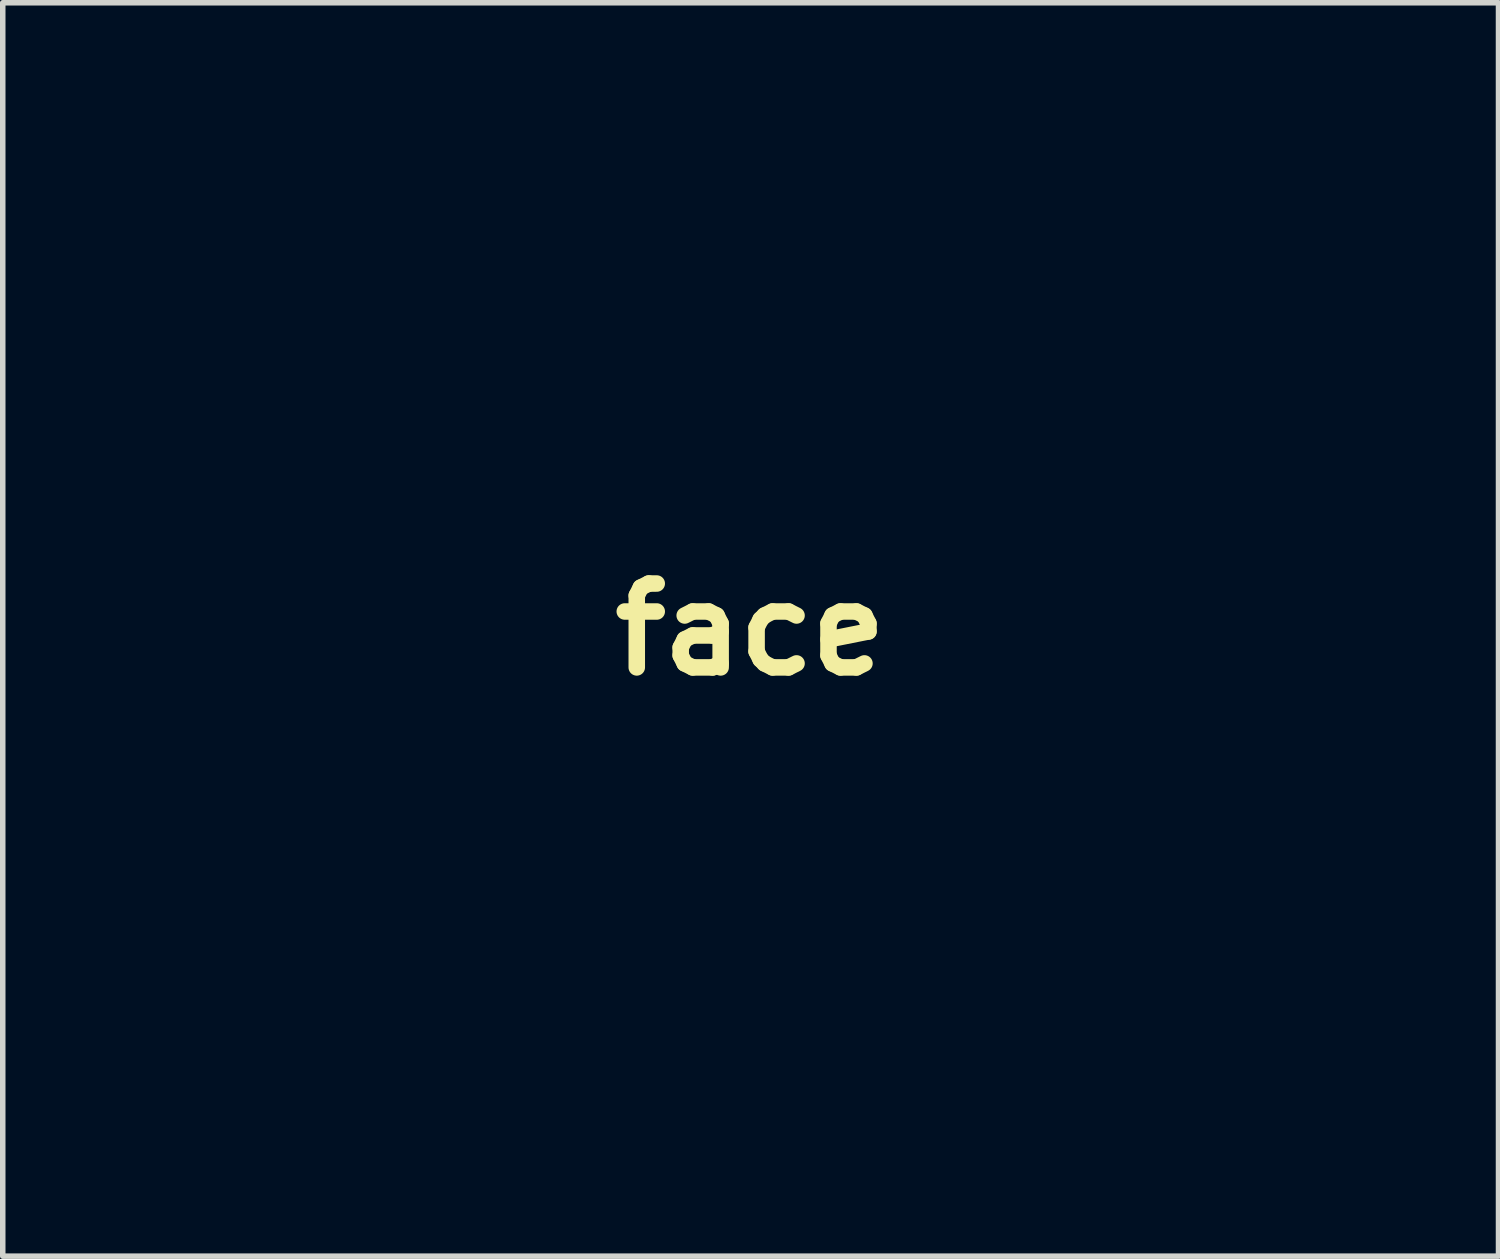
<source format=kicad_pcb>
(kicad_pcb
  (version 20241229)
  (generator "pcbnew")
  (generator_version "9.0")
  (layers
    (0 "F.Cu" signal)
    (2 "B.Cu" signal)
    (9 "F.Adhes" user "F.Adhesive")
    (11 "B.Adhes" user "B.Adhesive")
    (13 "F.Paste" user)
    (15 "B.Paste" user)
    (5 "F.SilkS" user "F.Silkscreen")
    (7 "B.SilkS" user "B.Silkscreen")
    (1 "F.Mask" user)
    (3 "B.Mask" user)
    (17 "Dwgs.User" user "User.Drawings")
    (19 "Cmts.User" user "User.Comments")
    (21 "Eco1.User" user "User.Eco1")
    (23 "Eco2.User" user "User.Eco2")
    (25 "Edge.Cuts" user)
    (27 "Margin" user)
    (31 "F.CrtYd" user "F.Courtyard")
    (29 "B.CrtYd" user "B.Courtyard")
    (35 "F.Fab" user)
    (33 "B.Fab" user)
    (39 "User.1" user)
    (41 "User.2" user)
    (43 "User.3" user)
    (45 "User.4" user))
  (footprint "face"
    (layer "F.Cu")
    (at 10.588 8.387)
    (property "Reference" "face" (at 0 0 0) (layer "F.SilkS") (effects (font (size 1.524 1.524) (thickness 0.3))))
    (attr through_hole)
    (fp_poly (pts (xy -9.229 4.36) (xy -9.271 4.403) (xy -9.313 4.36) (xy -9.271 4.318) (xy -9.229 4.36)) (stroke (width 0.01) (type solid)) (fill yes) (layer "F.Mask"))
    (fp_poly (pts (xy -8.467 4.36) (xy -8.509 4.403) (xy -8.551 4.36) (xy -8.509 4.318) (xy -8.467 4.36)) (stroke (width 0.01) (type solid)) (fill yes) (layer "F.Mask"))
    (fp_poly (pts (xy -8.382 4.191) (xy -8.424 4.233) (xy -8.467 4.191) (xy -8.424 4.149) (xy -8.382 4.191)) (stroke (width 0.01) (type solid)) (fill yes) (layer "F.Mask"))
    (fp_poly (pts (xy -7.281 4.36) (xy -7.324 4.403) (xy -7.366 4.36) (xy -7.324 4.318) (xy -7.281 4.36)) (stroke (width 0.01) (type solid)) (fill yes) (layer "F.Mask"))
    (fp_poly (pts (xy -7.112 2.582) (xy -7.154 2.625) (xy -7.197 2.582) (xy -7.154 2.54) (xy -7.112 2.582)) (stroke (width 0.01) (type solid)) (fill yes) (layer "F.Mask"))
    (fp_poly (pts (xy -5.757 -0.042) (xy -5.8 0) (xy -5.842 -0.042) (xy -5.8 -0.085) (xy -5.757 -0.042)) (stroke (width 0.01) (type solid)) (fill yes) (layer "F.Mask"))
    (fp_poly (pts (xy -4.741 3.006) (xy -4.784 3.048) (xy -4.826 3.006) (xy -4.784 2.963) (xy -4.741 3.006)) (stroke (width 0.01) (type solid)) (fill yes) (layer "F.Mask"))
    (fp_poly (pts (xy -3.556 -2.752) (xy -3.598 -2.709) (xy -3.641 -2.752) (xy -3.598 -2.794) (xy -3.556 -2.752)) (stroke (width 0.01) (type solid)) (fill yes) (layer "F.Mask"))
    (fp_poly (pts (xy -3.471 -2.328) (xy -3.514 -2.286) (xy -3.556 -2.328) (xy -3.514 -2.371) (xy -3.471 -2.328)) (stroke (width 0.01) (type solid)) (fill yes) (layer "F.Mask"))
    (fp_poly (pts (xy -3.133 -0.55) (xy -3.175 -0.508) (xy -3.217 -0.55) (xy -3.175 -0.593) (xy -3.133 -0.55)) (stroke (width 0.01) (type solid)) (fill yes) (layer "F.Mask"))
    (fp_poly (pts (xy -2.794 -4.699) (xy -2.836 -4.657) (xy -2.879 -4.699) (xy -2.836 -4.741) (xy -2.794 -4.699)) (stroke (width 0.01) (type solid)) (fill yes) (layer "F.Mask"))
    (fp_poly (pts (xy -2.371 -4.784) (xy -2.413 -4.741) (xy -2.455 -4.784) (xy -2.413 -4.826) (xy -2.371 -4.784)) (stroke (width 0.01) (type solid)) (fill yes) (layer "F.Mask"))
    (fp_poly (pts (xy -1.947 6.223) (xy -1.99 6.265) (xy -2.032 6.223) (xy -1.99 6.181) (xy -1.947 6.223)) (stroke (width 0.01) (type solid)) (fill yes) (layer "F.Mask"))
    (fp_poly (pts (xy -1.863 -4.953) (xy -1.905 -4.911) (xy -1.947 -4.953) (xy -1.905 -4.995) (xy -1.863 -4.953)) (stroke (width 0.01) (type solid)) (fill yes) (layer "F.Mask"))
    (fp_poly (pts (xy -1.863 6.054) (xy -1.905 6.096) (xy -1.947 6.054) (xy -1.905 6.011) (xy -1.863 6.054)) (stroke (width 0.01) (type solid)) (fill yes) (layer "F.Mask"))
    (fp_poly (pts (xy -0.593 -6.308) (xy -0.635 -6.265) (xy -0.677 -6.308) (xy -0.635 -6.35) (xy -0.593 -6.308)) (stroke (width 0.01) (type solid)) (fill yes) (layer "F.Mask"))
    (fp_poly (pts (xy -0.339 -6.816) (xy -0.381 -6.773) (xy -0.423 -6.816) (xy -0.381 -6.858) (xy -0.339 -6.816)) (stroke (width 0.01) (type solid)) (fill yes) (layer "F.Mask"))
    (fp_poly (pts (xy 0.423 7.493) (xy 0.381 7.535) (xy 0.339 7.493) (xy 0.381 7.451) (xy 0.423 7.493)) (stroke (width 0.01) (type solid)) (fill yes) (layer "F.Mask"))
    (fp_poly (pts (xy 0.762 -6.477) (xy 0.72 -6.435) (xy 0.677 -6.477) (xy 0.72 -6.519) (xy 0.762 -6.477)) (stroke (width 0.01) (type solid)) (fill yes) (layer "F.Mask"))
    (fp_poly (pts (xy 1.016 6.477) (xy 0.974 6.519) (xy 0.931 6.477) (xy 0.974 6.435) (xy 1.016 6.477)) (stroke (width 0.01) (type solid)) (fill yes) (layer "F.Mask"))
    (fp_poly (pts (xy 4.657 2.667) (xy 4.614 2.709) (xy 4.572 2.667) (xy 4.614 2.625) (xy 4.657 2.667)) (stroke (width 0.01) (type solid)) (fill yes) (layer "F.Mask"))
    (fp_poly (pts (xy 5.419 -4.953) (xy 5.376 -4.911) (xy 5.334 -4.953) (xy 5.376 -4.995) (xy 5.419 -4.953)) (stroke (width 0.01) (type solid)) (fill yes) (layer "F.Mask"))
    (fp_poly (pts (xy 5.673 -5.122) (xy 5.63 -5.08) (xy 5.588 -5.122) (xy 5.63 -5.165) (xy 5.673 -5.122)) (stroke (width 0.01) (type solid)) (fill yes) (layer "F.Mask"))
    (fp_poly (pts (xy 5.927 4.868) (xy 5.884 4.911) (xy 5.842 4.868) (xy 5.884 4.826) (xy 5.927 4.868)) (stroke (width 0.01) (type solid)) (fill yes) (layer "F.Mask"))
    (fp_poly (pts (xy 7.451 -0.212) (xy 7.408 -0.169) (xy 7.366 -0.212) (xy 7.408 -0.254) (xy 7.451 -0.212)) (stroke (width 0.01) (type solid)) (fill yes) (layer "F.Mask"))
    (fp_poly (pts (xy 7.62 0.042) (xy 7.578 0.085) (xy 7.535 0.042) (xy 7.578 0) (xy 7.62 0.042)) (stroke (width 0.01) (type solid)) (fill yes) (layer "F.Mask"))
    (fp_poly (pts (xy -3.923 -1.242) (xy -3.913 -1.141) (xy -3.923 -1.129) (xy -3.973 -1.141) (xy -3.979 -1.185) (xy -3.948 -1.255) (xy -3.923 -1.242)) (stroke (width 0.01) (type solid)) (fill yes) (layer "F.Mask"))
    (fp_poly (pts (xy -2.568 -4.628) (xy -2.58 -4.578) (xy -2.625 -4.572) (xy -2.694 -4.603) (xy -2.681 -4.628) (xy -2.581 -4.639) (xy -2.568 -4.628)) (stroke (width 0.01) (type solid)) (fill yes) (layer "F.Mask"))
    (fp_poly (pts (xy -1.129 -5.56) (xy -1.141 -5.509) (xy -1.185 -5.503) (xy -1.255 -5.534) (xy -1.242 -5.56) (xy -1.141 -5.57) (xy -1.129 -5.56)) (stroke (width 0.01) (type solid)) (fill yes) (layer "F.Mask"))
    (fp_poly (pts (xy -0.536 -5.898) (xy -0.548 -5.848) (xy -0.593 -5.842) (xy -0.662 -5.873) (xy -0.649 -5.898) (xy -0.549 -5.909) (xy -0.536 -5.898)) (stroke (width 0.01) (type solid)) (fill yes) (layer "F.Mask"))
    (fp_poly (pts (xy 0.056 -7.084) (xy 0.045 -7.033) (xy 0 -7.027) (xy -0.07 -7.058) (xy -0.056 -7.084) (xy 0.044 -7.094) (xy 0.056 -7.084)) (stroke (width 0.01) (type solid)) (fill yes) (layer "F.Mask"))
    (fp_poly (pts (xy 0.395 6.971) (xy 0.405 7.071) (xy 0.395 7.084) (xy 0.345 7.072) (xy 0.339 7.027) (xy 0.37 6.958) (xy 0.395 6.971)) (stroke (width 0.01) (type solid)) (fill yes) (layer "F.Mask"))
    (fp_poly (pts (xy 0.649 -7.422) (xy 0.637 -7.372) (xy 0.593 -7.366) (xy 0.523 -7.397) (xy 0.536 -7.422) (xy 0.637 -7.433) (xy 0.649 -7.422)) (stroke (width 0.01) (type solid)) (fill yes) (layer "F.Mask"))
    (fp_poly (pts (xy 1.072 6.886) (xy 1.083 6.987) (xy 1.072 6.999) (xy 1.022 6.987) (xy 1.016 6.943) (xy 1.047 6.873) (xy 1.072 6.886)) (stroke (width 0.01) (type solid)) (fill yes) (layer "F.Mask"))
    (fp_poly (pts (xy 2.681 -0.953) (xy 2.692 -0.779) (xy 2.681 -0.741) (xy 2.65 -0.73) (xy 2.638 -0.847) (xy 2.651 -0.967) (xy 2.681 -0.953)) (stroke (width 0.01) (type solid)) (fill yes) (layer "F.Mask"))
    (fp_poly (pts (xy 3.951 -5.644) (xy 3.939 -5.594) (xy 3.895 -5.588) (xy 3.825 -5.619) (xy 3.838 -5.644) (xy 3.939 -5.655) (xy 3.951 -5.644)) (stroke (width 0.01) (type solid)) (fill yes) (layer "F.Mask"))
    (fp_poly (pts (xy 5.644 3.415) (xy 5.633 3.465) (xy 5.588 3.471) (xy 5.518 3.44) (xy 5.532 3.415) (xy 5.632 3.405) (xy 5.644 3.415)) (stroke (width 0.01) (type solid)) (fill yes) (layer "F.Mask"))
    (fp_poly (pts (xy 6.66 0.452) (xy 6.649 0.502) (xy 6.604 0.508) (xy 6.534 0.477) (xy 6.548 0.452) (xy 6.648 0.441) (xy 6.66 0.452)) (stroke (width 0.01) (type solid)) (fill yes) (layer "F.Mask"))
    (fp_poly (pts (xy 8.608 3.076) (xy 8.596 3.127) (xy 8.551 3.133) (xy 8.482 3.102) (xy 8.495 3.076) (xy 8.595 3.066) (xy 8.608 3.076)) (stroke (width 0.01) (type solid)) (fill yes) (layer "F.Mask"))
    (fp_poly (pts (xy 9.116 5.024) (xy 9.104 5.074) (xy 9.059 5.08) (xy 8.99 5.049) (xy 9.003 5.024) (xy 9.103 5.013) (xy 9.116 5.024)) (stroke (width 0.01) (type solid)) (fill yes) (layer "F.Mask"))
    (fp_poly (pts (xy -3.003 -4.979) (xy -3.029 -4.916) (xy -3.108 -4.874) (xy -3.207 -4.848) (xy -3.166 -4.91) (xy -3.155 -4.921) (xy -3.044 -4.988) (xy -3.003 -4.979)) (stroke (width 0.01) (type solid)) (fill yes) (layer "F.Mask"))
    (fp_poly (pts (xy -2.976 -0.897) (xy -2.886 -0.812) (xy -2.904 -0.763) (xy -2.916 -0.762) (xy -2.988 -0.822) (xy -3.014 -0.86) (xy -3.024 -0.918) (xy -2.976 -0.897)) (stroke (width 0.01) (type solid)) (fill yes) (layer "F.Mask"))
    (fp_poly (pts (xy 2.434 1.573) (xy 2.436 1.625) (xy 2.352 1.736) (xy 2.25 1.751) (xy 2.201 1.658) (xy 2.27 1.541) (xy 2.335 1.524) (xy 2.434 1.573)) (stroke (width 0.01) (type solid)) (fill yes) (layer "F.Mask"))
    (fp_poly (pts (xy -1.954 -5.796) (xy -1.947 -5.767) (xy -2.009 -5.648) (xy -2.032 -5.63) (xy -2.11 -5.634) (xy -2.117 -5.663) (xy -2.055 -5.782) (xy -2.032 -5.8) (xy -1.954 -5.796)) (stroke (width 0.01) (type solid)) (fill yes) (layer "F.Mask"))
    (fp_poly (pts (xy 1.015 5.315) (xy 1.016 5.334) (xy 0.951 5.415) (xy 0.926 5.419) (xy 0.876 5.367) (xy 0.889 5.334) (xy 0.965 5.253) (xy 0.979 5.249) (xy 1.015 5.315)) (stroke (width 0.01) (type solid)) (fill yes) (layer "F.Mask"))
    (fp_poly (pts (xy 1.185 -6.118) (xy 1.185 -6.112) (xy 1.117 -6.014) (xy 1.051 -5.978) (xy 0.952 -5.976) (xy 0.951 -6.027) (xy 1.028 -6.129) (xy 1.13 -6.168) (xy 1.185 -6.118)) (stroke (width 0.01) (type solid)) (fill yes) (layer "F.Mask"))
    (fp_poly (pts (xy 1.215 -6.491) (xy 1.27 -6.435) (xy 1.199 -6.365) (xy 1.106 -6.35) (xy 0.944 -6.389) (xy 0.889 -6.435) (xy 0.919 -6.497) (xy 1.053 -6.519) (xy 1.215 -6.491)) (stroke (width 0.01) (type solid)) (fill yes) (layer "F.Mask"))
    (fp_poly (pts (xy 2.538 0.318) (xy 2.54 0.339) (xy 2.476 0.421) (xy 2.455 0.423) (xy 2.373 0.359) (xy 2.371 0.339) (xy 2.435 0.256) (xy 2.455 0.254) (xy 2.538 0.318)) (stroke (width 0.01) (type solid)) (fill yes) (layer "F.Mask"))
    (fp_poly (pts (xy 3.637 -6.881) (xy 3.641 -6.858) (xy 3.612 -6.776) (xy 3.603 -6.773) (xy 3.531 -6.833) (xy 3.514 -6.858) (xy 3.52 -6.936) (xy 3.551 -6.943) (xy 3.637 -6.881)) (stroke (width 0.01) (type solid)) (fill yes) (layer "F.Mask"))
    (fp_poly (pts (xy 4.403 2.413) (xy 4.483 2.489) (xy 4.487 2.503) (xy 4.422 2.539) (xy 4.403 2.54) (xy 4.321 2.475) (xy 4.318 2.45) (xy 4.37 2.4) (xy 4.403 2.413)) (stroke (width 0.01) (type solid)) (fill yes) (layer "F.Mask"))
    (fp_poly (pts (xy 6.824 -1.913) (xy 6.858 -1.863) (xy 6.79 -1.787) (xy 6.736 -1.778) (xy 6.592 -1.83) (xy 6.562 -1.863) (xy 6.588 -1.929) (xy 6.684 -1.947) (xy 6.824 -1.913)) (stroke (width 0.01) (type solid)) (fill yes) (layer "F.Mask"))
    (fp_poly (pts (xy 7.024 -0.616) (xy 7.027 -0.593) (xy 6.998 -0.51) (xy 6.99 -0.508) (xy 6.918 -0.567) (xy 6.9 -0.593) (xy 6.907 -0.671) (xy 6.938 -0.677) (xy 7.024 -0.616)) (stroke (width 0.01) (type solid)) (fill yes) (layer "F.Mask"))
    (fp_poly (pts (xy 4.019 -5.941) (xy 3.934 -5.872) (xy 3.75 -5.768) (xy 3.636 -5.792) (xy 3.604 -5.833) (xy 3.644 -5.894) (xy 3.803 -5.943) (xy 3.824 -5.947) (xy 3.995 -5.966) (xy 4.019 -5.941)) (stroke (width 0.01) (type solid)) (fill yes) (layer "F.Mask"))
    (fp_poly (pts (xy 7.197 1.016) (xy 7.33 1.102) (xy 7.366 1.146) (xy 7.345 1.176) (xy 7.256 1.149) (xy 7.176 1.127) (xy 7.05 1.056) (xy 7.027 1.007) (xy 7.088 0.974) (xy 7.197 1.016)) (stroke (width 0.01) (type solid)) (fill yes) (layer "F.Mask"))
    (fp_poly (pts (xy -2.633 -1.402) (xy -2.589 -1.295) (xy -2.616 -1.141) (xy -2.69 -1.029) (xy -2.728 -1.016) (xy -2.775 -1.078) (xy -2.761 -1.15) (xy -2.715 -1.315) (xy -2.709 -1.367) (xy -2.658 -1.413) (xy -2.633 -1.402)) (stroke (width 0.01) (type solid)) (fill yes) (layer "F.Mask"))
    (fp_poly (pts (xy -2.455 -5.945) (xy -2.277 -5.9) (xy -2.201 -5.844) (xy -2.201 -5.843) (xy -2.272 -5.797) (xy -2.428 -5.779) (xy -2.589 -5.792) (xy -2.663 -5.824) (xy -2.708 -5.92) (xy -2.601 -5.956) (xy -2.455 -5.945)) (stroke (width 0.01) (type solid)) (fill yes) (layer "F.Mask"))
    (fp_poly (pts (xy 6.83 -2.574) (xy 6.819 -2.545) (xy 6.841 -2.446) (xy 6.92 -2.378) (xy 7.003 -2.309) (xy 6.981 -2.289) (xy 6.848 -2.34) (xy 6.79 -2.388) (xy 6.697 -2.528) (xy 6.726 -2.615) (xy 6.778 -2.625) (xy 6.83 -2.574)) (stroke (width 0.01) (type solid)) (fill yes) (layer "F.Mask"))
    (fp_poly (pts (xy -5.027 3.516) (xy -5.128 3.67) (xy -5.268 3.846) (xy -5.407 3.993) (xy -5.506 4.063) (xy -5.512 4.064) (xy -5.512 4.007) (xy -5.42 3.861) (xy -5.318 3.732) (xy -5.155 3.55) (xy -5.039 3.445) (xy -5.006 3.433) (xy -5.027 3.516)) (stroke (width 0.01) (type solid)) (fill yes) (layer "F.Mask"))
    (fp_poly (pts (xy -2.568 -0.722) (xy -2.567 -0.72) (xy -2.488 -0.52) (xy -2.433 -0.297) (xy -2.411 -0.106) (xy -2.432 -0.005) (xy -2.444 0) (xy -2.548 -0.056) (xy -2.659 -0.16) (xy -2.753 -0.321) (xy -2.748 -0.526) (xy -2.729 -0.605) (xy -2.675 -0.784) (xy -2.63 -0.817) (xy -2.568 -0.722)) (stroke (width 0.01) (type solid)) (fill yes) (layer "F.Mask"))
    (fp_poly (pts (xy 0.986 0.751) (xy 1.043 0.858) (xy 1.119 0.988) (xy 1.279 1.001) (xy 1.307 0.996) (xy 1.467 0.989) (xy 1.524 1.028) (xy 1.455 1.088) (xy 1.284 1.089) (xy 1.064 1.035) (xy 0.91 0.968) (xy 0.73 0.839) (xy 0.686 0.735) (xy 0.782 0.681) (xy 0.837 0.677) (xy 0.986 0.751)) (stroke (width 0.01) (type solid)) (fill yes) (layer "F.Mask"))
    (fp_poly (pts (xy -3.073 -0.354) (xy -3.064 -0.284) (xy -3.154 -0.232) (xy -3.214 -0.175) (xy -3.144 -0.057) (xy -3.143 -0.056) (xy -3.064 0.061) (xy -3.095 0.074) (xy -3.218 -0.01) (xy -3.361 -0.134) (xy -3.485 -0.257) (xy -3.511 -0.305) (xy -3.493 -0.298) (xy -3.398 -0.289) (xy -3.387 -0.316) (xy -3.316 -0.374) (xy -3.217 -0.387) (xy -3.073 -0.354)) (stroke (width 0.01) (type solid)) (fill yes) (layer "F.Mask"))
    (fp_poly (pts (xy -2.281 -5.448) (xy -2.128 -5.322) (xy -2.018 -5.174) (xy -2.002 -5.06) (xy -2.002 -5.059) (xy -2.1 -4.997) (xy -2.194 -5.083) (xy -2.229 -5.175) (xy -2.281 -5.289) (xy -2.39 -5.323) (xy -2.598 -5.296) (xy -2.798 -5.264) (xy -2.853 -5.275) (xy -2.786 -5.341) (xy -2.752 -5.368) (xy -2.559 -5.471) (xy -2.427 -5.501) (xy -2.281 -5.448)) (stroke (width 0.01) (type solid)) (fill yes) (layer "F.Mask"))
    (fp_poly (pts (xy -1.102 6.611) (xy -1.102 6.616) (xy -1.161 6.761) (xy -1.214 6.799) (xy -1.292 6.916) (xy -1.289 7.104) (xy -1.27 7.307) (xy -1.295 7.347) (xy -1.364 7.224) (xy -1.464 6.972) (xy -1.555 6.688) (xy -1.562 6.547) (xy -1.484 6.543) (xy -1.393 6.608) (xy -1.272 6.676) (xy -1.188 6.611) (xy -1.18 6.599) (xy -1.118 6.526) (xy -1.102 6.611)) (stroke (width 0.01) (type solid)) (fill yes) (layer "F.Mask"))
    (fp_poly (pts (xy -1.711 -0.383) (xy -1.693 -0.296) (xy -1.671 -0.206) (xy -1.577 -0.158) (xy -1.367 -0.137) (xy -1.277 -0.134) (xy -1.125 -0.094) (xy -1.037 -0.014) (xy -1.042 0.059) (xy -1.136 0.085) (xy -1.253 0.128) (xy -1.27 0.169) (xy -1.298 0.239) (xy -1.399 0.22) (xy -1.597 0.105) (xy -1.715 0.025) (xy -1.908 -0.124) (xy -1.97 -0.23) (xy -1.938 -0.308) (xy -1.802 -0.414) (xy -1.711 -0.383)) (stroke (width 0.01) (type solid)) (fill yes) (layer "F.Mask"))
    (fp_poly (pts (xy -2.098 3.626) (xy -2.062 3.704) (xy -1.948 3.846) (xy -1.686 4.009) (xy -1.293 4.182) (xy -1.164 4.23) (xy -0.997 4.318) (xy -0.931 4.404) (xy -0.866 4.479) (xy -0.826 4.481) (xy -0.593 4.473) (xy -0.411 4.504) (xy -0.339 4.562) (xy -0.408 4.64) (xy -0.572 4.743) (xy -0.77 4.841) (xy -0.937 4.898) (xy -0.986 4.902) (xy -1.114 4.877) (xy -1.312 4.83) (xy -1.614 4.691) (xy -1.657 4.657) (xy -1.016 4.657) (xy -0.985 4.726) (xy -0.96 4.713) (xy -0.949 4.613) (xy -0.96 4.6) (xy -1.01 4.612) (xy -1.016 4.657) (xy -1.657 4.657) (xy -1.906 4.452) (xy -2.136 4.162) (xy -2.257 3.873) (xy -2.258 3.864) (xy -2.273 3.641) (xy -2.219 3.557) (xy -2.204 3.556) (xy -2.098 3.626)) (stroke (width 0.01) (type solid)) (fill yes) (layer "F.Mask"))
    (fp_poly (pts (xy 5.672 2.911) (xy 5.899 2.998) (xy 6.215 3.126) (xy 6.588 3.282) (xy 6.986 3.451) (xy 7.375 3.62) (xy 7.723 3.775) (xy 7.997 3.902) (xy 8.086 3.946) (xy 8.5 4.161) (xy 8.788 4.33) (xy 8.979 4.472) (xy 9.104 4.609) (xy 9.124 4.637) (xy 9.189 4.783) (xy 9.122 4.824) (xy 8.929 4.762) (xy 8.721 4.657) (xy 8.488 4.55) (xy 8.292 4.493) (xy 8.263 4.491) (xy 8.108 4.454) (xy 7.879 4.364) (xy 7.625 4.244) (xy 7.395 4.119) (xy 7.238 4.014) (xy 7.197 3.962) (xy 7.129 3.897) (xy 7.091 3.892) (xy 6.954 3.855) (xy 6.736 3.767) (xy 6.646 3.725) (xy 6.403 3.623) (xy 6.202 3.564) (xy 6.156 3.559) (xy 5.962 3.501) (xy 5.75 3.363) (xy 5.578 3.193) (xy 5.503 3.037) (xy 5.503 3.032) (xy 5.533 2.903) (xy 5.567 2.879) (xy 5.672 2.911)) (stroke (width 0.01) (type solid)) (fill yes) (layer "F.Mask"))
    (fp_poly (pts (xy 2.079 -7.553) (xy 2.32 -7.509) (xy 2.493 -7.448) (xy 2.514 -7.434) (xy 2.665 -7.366) (xy 2.889 -7.314) (xy 2.895 -7.313) (xy 3.185 -7.262) (xy 3.338 -7.205) (xy 3.386 -7.131) (xy 3.387 -7.123) (xy 3.319 -7.077) (xy 3.216 -7.088) (xy 3.094 -7.095) (xy 3.096 -7.002) (xy 3.098 -6.995) (xy 3.12 -6.875) (xy 3.046 -6.889) (xy 2.913 -7.005) (xy 2.788 -7.094) (xy 2.731 -7.05) (xy 2.661 -7.012) (xy 2.524 -7.108) (xy 2.335 -7.216) (xy 2.128 -7.182) (xy 1.912 -7.036) (xy 1.813 -6.971) (xy 1.811 -7.006) (xy 1.804 -7.093) (xy 1.701 -7.112) (xy 1.576 -7.073) (xy 1.578 -6.985) (xy 1.574 -6.902) (xy 1.456 -6.864) (xy 1.29 -6.858) (xy 1.058 -6.831) (xy 0.776 -6.761) (xy 0.492 -6.665) (xy 0.254 -6.56) (xy 0.108 -6.464) (xy 0.085 -6.421) (xy 0.154 -6.334) (xy 0.275 -6.268) (xy 0.403 -6.211) (xy 0.377 -6.19) (xy 0.294 -6.186) (xy 0.093 -6.134) (xy -0.066 -6.049) (xy -0.201 -5.98) (xy -0.254 -6.002) (xy -0.19 -6.112) (xy -0.106 -6.18) (xy -0.036 -6.236) (xy -0.103 -6.242) (xy -0.233 -6.22) (xy -0.44 -6.207) (xy -0.5 -6.259) (xy -0.413 -6.353) (xy -0.252 -6.435) (xy -0.055 -6.539) (xy 0.064 -6.641) (xy 0.066 -6.642) (xy 0.162 -6.721) (xy 0.376 -6.856) (xy 0.673 -7.025) (xy 0.936 -7.167) (xy 1.324 -7.363) (xy 1.604 -7.485) (xy 1.816 -7.546) (xy 1.998 -7.559) (xy 2.079 -7.553)) (stroke (width 0.01) (type solid)) (fill yes) (layer "F.Mask"))
    (fp_poly (pts (xy -3.004 0.867) (xy -3 0.969) (xy -3.07 1.079) (xy -3.196 1.279) (xy -3.26 1.451) (xy -3.354 1.646) (xy -3.516 1.843) (xy -3.696 1.994) (xy -3.849 2.052) (xy -3.864 2.05) (xy -3.965 2.098) (xy -4.138 2.245) (xy -4.349 2.458) (xy -4.364 2.475) (xy -4.543 2.663) (xy -4.653 2.76) (xy -4.675 2.749) (xy -4.667 2.731) (xy -4.609 2.589) (xy -4.656 2.542) (xy -4.7 2.54) (xy -4.855 2.594) (xy -5.018 2.713) (xy -5.207 2.836) (xy -5.483 2.959) (xy -5.65 3.015) (xy -5.896 3.102) (xy -6.058 3.191) (xy -6.096 3.24) (xy -6.125 3.292) (xy -6.192 3.24) (xy -6.305 3.194) (xy -6.414 3.269) (xy -6.59 3.38) (xy -6.782 3.443) (xy -6.993 3.518) (xy -7.12 3.609) (xy -7.255 3.71) (xy -7.318 3.725) (xy -7.451 3.779) (xy -7.583 3.878) (xy -7.737 4.004) (xy -7.832 4.058) (xy -7.99 4.114) (xy -8.016 4.124) (xy -8.158 4.115) (xy -8.312 4.053) (xy -8.556 3.946) (xy -8.754 3.944) (xy -8.957 4.028) (xy -9.175 4.127) (xy -9.283 4.132) (xy -9.313 4.042) (xy -9.313 4.038) (xy -9.29 3.921) (xy -9.209 3.806) (xy -9.057 3.687) (xy -8.819 3.556) (xy -8.481 3.407) (xy -8.028 3.233) (xy -7.445 3.027) (xy -6.719 2.782) (xy -6.477 2.702) (xy -5.793 2.477) (xy -5.248 2.294) (xy -4.82 2.143) (xy -4.486 2.015) (xy -4.224 1.898) (xy -4.014 1.782) (xy -3.831 1.657) (xy -3.656 1.512) (xy -3.464 1.337) (xy -3.343 1.223) (xy -3.194 1.056) (xy -3.114 0.927) (xy -3.043 0.852) (xy -3.004 0.867)) (stroke (width 0.01) (type solid)) (fill yes) (layer "F.Mask"))
    (fp_poly (pts (xy 10.583 8.382) (xy -10.583 8.382) (xy -10.583 -7.959) (xy -10.245 -7.959) (xy -10.245 7.874) (xy -4.816 7.874) (xy -3.716 7.874) (xy -2.774 7.872) (xy -1.979 7.87) (xy -1.318 7.866) (xy -0.78 7.861) (xy -0.354 7.854) (xy -0.027 7.844) (xy 0.211 7.832) (xy 0.373 7.817) (xy 0.469 7.799) (xy 0.512 7.778) (xy 0.512 7.753) (xy 0.508 7.747) (xy 0.456 7.643) (xy 0.49 7.62) (xy 0.548 7.549) (xy 0.555 7.408) (xy 0.562 7.25) (xy 0.604 7.197) (xy 0.674 7.147) (xy 0.615 7.009) (xy 0.51 6.882) (xy 0.606 6.882) (xy 0.627 6.93) (xy 0.712 7.02) (xy 0.761 7.002) (xy 0.762 6.99) (xy 0.702 6.918) (xy 0.664 6.892) (xy 0.606 6.882) (xy 0.51 6.882) (xy 0.49 6.858) (xy 0.379 6.728) (xy 0.387 6.694) (xy 0.452 6.714) (xy 0.554 6.729) (xy 0.547 6.684) (xy 0.552 6.558) (xy 0.643 6.42) (xy 0.766 6.35) (xy 0.772 6.35) (xy 0.838 6.419) (xy 0.847 6.482) (xy 0.802 6.568) (xy 0.751 6.555) (xy 0.687 6.555) (xy 0.696 6.613) (xy 0.802 6.7) (xy 0.898 6.706) (xy 0.999 6.703) (xy 0.947 6.757) (xy 0.942 6.76) (xy 0.87 6.875) (xy 0.883 6.933) (xy 0.894 7.018) (xy 0.868 7.027) (xy 0.822 7.1) (xy 0.812 7.277) (xy 0.812 7.281) (xy 0.804 7.459) (xy 0.76 7.535) (xy 0.759 7.535) (xy 0.707 7.606) (xy 0.701 7.705) (xy 0.707 7.741) (xy 0.728 7.772) (xy 0.777 7.797) (xy 0.867 7.818) (xy 1.011 7.835) (xy 1.223 7.848) (xy 1.515 7.858) (xy 1.901 7.865) (xy 2.393 7.869) (xy 3.006 7.872) (xy 3.751 7.873) (xy 4.643 7.874) (xy 5.437 7.874) (xy 10.16 7.874) (xy 10.16 -7.959) (xy -10.245 -7.959) (xy -10.583 -7.959) (xy -10.583 -8.382) (xy 10.583 -8.382) (xy 10.583 8.382)) (stroke (width 0.01) (type solid)) (fill yes) (layer "F.Mask"))
    (fp_poly (pts (xy -0.57 -4.776) (xy -0.51 -4.623) (xy -0.506 -4.477) (xy -0.572 -4.403) (xy -0.583 -4.403) (xy -0.619 -4.34) (xy -0.586 -4.189) (xy -0.506 -4) (xy -0.402 -3.826) (xy -0.298 -3.721) (xy -0.285 -3.715) (xy -0.193 -3.664) (xy -0.254 -3.644) (xy -0.293 -3.606) (xy -0.18 -3.512) (xy -0.163 -3.501) (xy 0.041 -3.33) (xy 0.218 -3.118) (xy 0.416 -2.885) (xy 0.757 -2.57) (xy 1.242 -2.173) (xy 1.45 -2.011) (xy 1.647 -1.9) (xy 1.801 -1.863) (xy 2.011 -1.823) (xy 2.111 -1.781) (xy 2.235 -1.648) (xy 2.314 -1.444) (xy 2.334 -1.238) (xy 2.279 -1.097) (xy 2.266 -1.087) (xy 2.223 -1.011) (xy 2.325 -0.904) (xy 2.349 -0.887) (xy 2.491 -0.746) (xy 2.54 -0.63) (xy 2.583 -0.521) (xy 2.617 -0.508) (xy 2.658 -0.446) (xy 2.631 -0.296) (xy 2.556 -0.113) (xy 2.457 0.048) (xy 2.357 0.131) (xy 2.227 0.235) (xy 2.201 0.319) (xy 2.176 0.407) (xy 2.106 0.362) (xy 1.939 0.311) (xy 1.806 0.344) (xy 1.561 0.371) (xy 1.288 0.292) (xy 1.058 0.219) (xy 0.95 0.242) (xy 0.947 0.25) (xy 0.847 0.323) (xy 0.67 0.332) (xy 0.495 0.279) (xy 0.444 0.241) (xy 0.309 0.19) (xy 0.236 0.229) (xy 0.018 0.33) (xy -0.259 0.377) (xy -0.441 0.363) (xy -0.54 0.294) (xy -0.546 0.13) (xy -0.537 0.079) (xy -0.519 -0.097) (xy -0.583 -0.162) (xy -0.667 -0.169) (xy -0.81 -0.207) (xy -0.844 -0.261) (xy 1.197 -0.261) (xy 1.202 -0.247) (xy 1.307 -0.146) (xy 1.54 -0.029) (xy 1.841 0.078) (xy 1.86 0.015) (xy 1.863 -0.042) (xy 1.792 -0.146) (xy 1.688 -0.169) (xy 1.468 -0.21) (xy 1.339 -0.262) (xy 1.214 -0.313) (xy 1.197 -0.261) (xy -0.844 -0.261) (xy -0.847 -0.265) (xy -0.904 -0.384) (xy -1.043 -0.543) (xy -1.058 -0.558) (xy -1.059 -0.558) (xy 0.448 -0.558) (xy 0.508 -0.508) (xy 0.643 -0.432) (xy 0.661 -0.461) (xy 0.635 -0.508) (xy 0.511 -0.588) (xy 0.482 -0.591) (xy 0.448 -0.558) (xy -1.059 -0.558) (xy -1.115 -0.642) (xy 1.122 -0.642) (xy 1.152 -0.584) (xy 1.288 -0.513) (xy 1.473 -0.453) (xy 1.63 -0.429) (xy 1.755 -0.46) (xy 1.778 -0.499) (xy 1.705 -0.559) (xy 1.533 -0.615) (xy 1.331 -0.654) (xy 1.169 -0.66) (xy 1.122 -0.642) (xy -1.115 -0.642) (xy -1.238 -0.826) (xy -1.271 -1.033) (xy -1.279 -1.106) (xy 0.423 -1.106) (xy 0.485 -1.019) (xy 0.508 -1.016) (xy 0.59 -1.045) (xy 0.593 -1.053) (xy 0.533 -1.126) (xy 0.508 -1.143) (xy 0.43 -1.136) (xy 0.423 -1.106) (xy -1.279 -1.106) (xy -1.288 -1.196) (xy -1.328 -1.223) (xy -1.337 -1.211) (xy -1.43 -1.153) (xy -1.556 -1.238) (xy -1.718 -1.46) (xy -1.866 -1.623) (xy -2.019 -1.693) (xy -2.023 -1.693) (xy -2.129 -1.727) (xy -2.156 -1.857) (xy -2.148 -1.962) (xy -2.059 -2.418) (xy -1.666 -2.418) (xy -1.609 -2.371) (xy -1.454 -2.299) (xy -1.397 -2.289) (xy -1.382 -2.324) (xy -1.439 -2.371) (xy -1.594 -2.442) (xy -1.651 -2.453) (xy -1.666 -2.418) (xy -2.059 -2.418) (xy -2.057 -2.426) (xy -1.906 -2.921) (xy -1.879 -3.024) (xy -1.926 -2.98) (xy -1.929 -2.975) (xy -2.021 -2.888) (xy -2.064 -2.934) (xy -2.058 -3.081) (xy -2.003 -3.302) (xy -1.982 -3.358) (xy -1.834 -3.358) (xy -1.823 -3.308) (xy -1.778 -3.302) (xy -1.708 -3.333) (xy -1.722 -3.358) (xy -1.822 -3.369) (xy -1.834 -3.358) (xy -1.982 -3.358) (xy -1.932 -3.49) (xy -1.796 -3.768) (xy -1.609 -3.768) (xy -1.566 -3.725) (xy -1.524 -3.768) (xy -1.566 -3.81) (xy -1.609 -3.768) (xy -1.796 -3.768) (xy -1.683 -3.998) (xy -1.417 -4.406) (xy -1.15 -4.697) (xy -0.896 -4.856) (xy -0.673 -4.867) (xy -0.57 -4.776)) (stroke (width 0.01) (type solid)) (fill yes) (layer "F.Mask"))
    (fp_poly (pts (xy -2.583 0.047) (xy -2.441 0.157) (xy -2.304 0.317) (xy -2.214 0.478) (xy -2.207 0.593) (xy -2.223 0.609) (xy -2.274 0.694) (xy -2.183 0.769) (xy -1.977 0.823) (xy -1.683 0.845) (xy -1.678 0.845) (xy -1.431 0.857) (xy -1.305 0.905) (xy -1.251 1.01) (xy -1.245 1.037) (xy -1.218 1.152) (xy -1.204 1.11) (xy -1.197 1) (xy -1.151 0.801) (xy -1.06 0.701) (xy -0.957 0.728) (xy -0.931 0.762) (xy -0.826 0.822) (xy -0.719 0.762) (xy -0.677 0.635) (xy -0.62 0.491) (xy -0.587 0.462) (xy -0.465 0.472) (xy -0.316 0.574) (xy -0.199 0.719) (xy -0.169 0.817) (xy -0.119 0.921) (xy -0.085 0.931) (xy 0.002 0.971) (xy -0.031 1.063) (xy -0.162 1.168) (xy -0.233 1.203) (xy -0.388 1.273) (xy -0.394 1.307) (xy -0.271 1.334) (xy -0.064 1.319) (xy 0.049 1.264) (xy 0.18 1.187) (xy 0.225 1.222) (xy 0.184 1.339) (xy 0.059 1.507) (xy 0.041 1.525) (xy -0.1 1.697) (xy -0.122 1.776) (xy -0.034 1.744) (xy 0.1 1.637) (xy 0.232 1.547) (xy 0.367 1.561) (xy 0.48 1.616) (xy 0.654 1.746) (xy 0.74 1.874) (xy 0.836 1.975) (xy 0.939 1.97) (xy 1.07 1.971) (xy 1.101 2.012) (xy 1.173 2.089) (xy 1.314 2.138) (xy 1.465 2.147) (xy 1.493 2.075) (xy 1.481 2.031) (xy 1.507 1.901) (xy 1.65 1.826) (xy 1.861 1.825) (xy 1.972 1.855) (xy 2.085 1.907) (xy 2.075 1.962) (xy 1.932 2.065) (xy 1.922 2.071) (xy 1.763 2.206) (xy 1.693 2.325) (xy 1.693 2.328) (xy 1.622 2.434) (xy 1.522 2.481) (xy 1.394 2.559) (xy 1.373 2.632) (xy 1.327 2.75) (xy 1.228 2.829) (xy 1.03 2.942) (xy 0.931 3.004) (xy 0.748 3.065) (xy 0.67 3.064) (xy 0.563 3.107) (xy 0.543 3.235) (xy 0.498 3.396) (xy 0.381 3.44) (xy 0.198 3.457) (xy -0.072 3.487) (xy -0.212 3.503) (xy -0.519 3.515) (xy -0.763 3.481) (xy -0.818 3.46) (xy -0.981 3.32) (xy -1.045 3.199) (xy -1.116 3.088) (xy -1.18 3.087) (xy -1.262 3.085) (xy -1.27 3.053) (xy -1.33 2.967) (xy -1.352 2.963) (xy -1.399 3.025) (xy -1.387 3.087) (xy -1.383 3.165) (xy -1.486 3.163) (xy -1.58 3.138) (xy -1.868 3.042) (xy -2.039 2.952) (xy -2.073 2.913) (xy -1.156 2.913) (xy -1.155 2.916) (xy -1.058 2.987) (xy -1.027 2.985) (xy -0.93 3.021) (xy -0.921 3.048) (xy -0.891 3.211) (xy -0.889 3.217) (xy -0.859 3.336) (xy -0.857 3.344) (xy -0.784 3.382) (xy -0.621 3.28) (xy -0.535 3.203) (xy -0.397 3.04) (xy -0.339 2.907) (xy -0.339 2.906) (xy -0.271 2.806) (xy -0.217 2.794) (xy -0.077 2.759) (xy -0.07 2.692) (xy -0.147 2.667) (xy 0.254 2.667) (xy 0.296 2.709) (xy 0.339 2.667) (xy 0.296 2.625) (xy 0.254 2.667) (xy -0.147 2.667) (xy -0.197 2.651) (xy -0.418 2.663) (xy -0.675 2.709) (xy -0.917 2.775) (xy -1.094 2.848) (xy -1.156 2.913) (xy -2.073 2.913) (xy -2.141 2.836) (xy -1.524 2.836) (xy -1.482 2.879) (xy -1.439 2.836) (xy -1.482 2.794) (xy -1.524 2.836) (xy -2.141 2.836) (xy -2.142 2.835) (xy -2.192 2.739) (xy -2.308 2.585) (xy -2.412 2.57) (xy -2.548 2.574) (xy -2.575 2.498) (xy -1.609 2.498) (xy -1.566 2.54) (xy -1.524 2.498) (xy -1.566 2.455) (xy -1.609 2.498) (xy -2.575 2.498) (xy -2.581 2.48) (xy -2.498 2.341) (xy -2.385 2.204) (xy -2.397 2.17) (xy -1.778 2.17) (xy -1.736 2.294) (xy -1.653 2.343) (xy -1.621 2.327) (xy -1.633 2.24) (xy -1.678 2.183) (xy -1.681 2.181) (xy -0.32 2.181) (xy -0.226 2.201) (xy -0.074 2.271) (xy -0.024 2.345) (xy 0.031 2.43) (xy 0.068 2.379) (xy 0.043 2.238) (xy -0.032 2.133) (xy -0.161 2.046) (xy -0.27 2.099) (xy -0.32 2.181) (xy -1.681 2.181) (xy -1.763 2.135) (xy -1.778 2.17) (xy -2.397 2.17) (xy -2.411 2.131) (xy -2.51 2.102) (xy -2.577 2.064) (xy -2.619 1.96) (xy -2.642 1.761) (xy -2.644 1.702) (xy -1.778 1.702) (xy -1.728 1.775) (xy -1.612 1.734) (xy -1.524 1.651) (xy -1.457 1.546) (xy -1.52 1.534) (xy -1.644 1.575) (xy -1.76 1.658) (xy -1.778 1.702) (xy -2.644 1.702) (xy -2.651 1.433) (xy -2.652 1.291) (xy -2.66 0.951) (xy -2.68 0.685) (xy -2.707 0.531) (xy -2.724 0.508) (xy -2.782 0.44) (xy -2.791 0.287) (xy -2.757 0.125) (xy -2.694 0.033) (xy -2.583 0.047)) (stroke (width 0.01) (type solid)) (fill yes) (layer "F.Mask")))
  (gr_rect
    (start -3 -3)
    (end 24.177 19.774)
    (stroke (width 0.1) (type default))
    (fill no)
    (layer "Edge.Cuts")))
</source>
